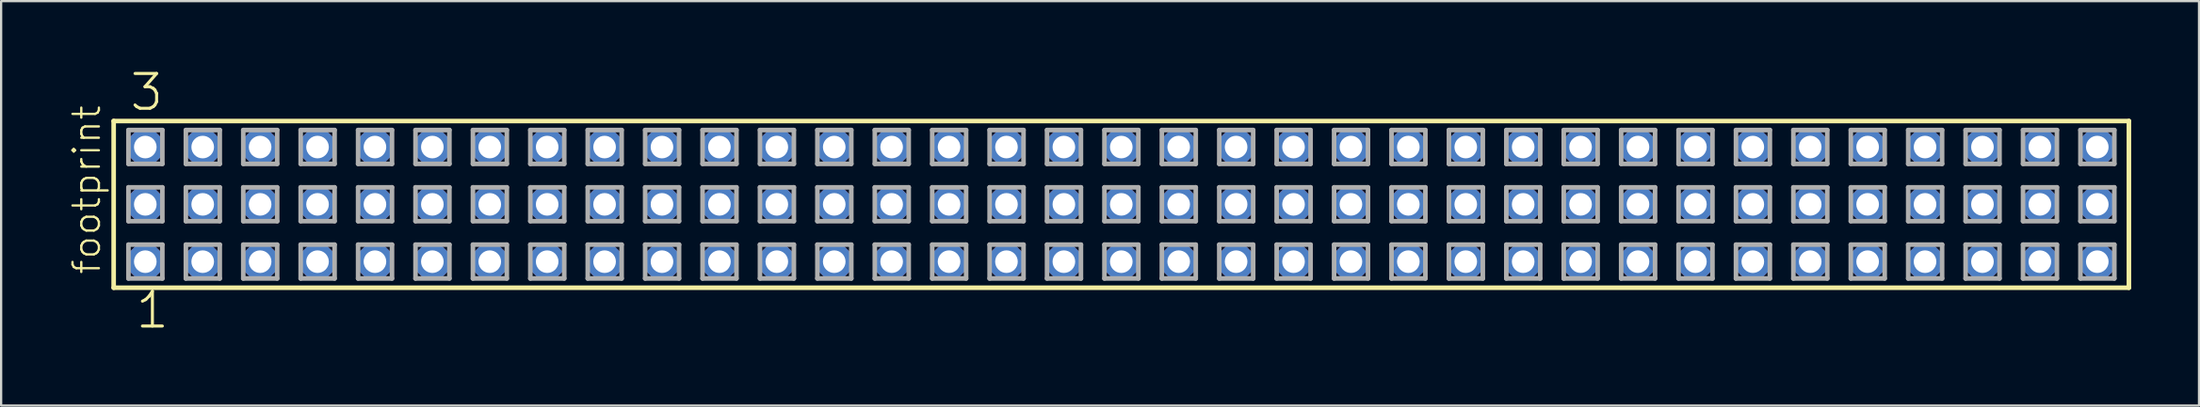
<source format=kicad_pcb>
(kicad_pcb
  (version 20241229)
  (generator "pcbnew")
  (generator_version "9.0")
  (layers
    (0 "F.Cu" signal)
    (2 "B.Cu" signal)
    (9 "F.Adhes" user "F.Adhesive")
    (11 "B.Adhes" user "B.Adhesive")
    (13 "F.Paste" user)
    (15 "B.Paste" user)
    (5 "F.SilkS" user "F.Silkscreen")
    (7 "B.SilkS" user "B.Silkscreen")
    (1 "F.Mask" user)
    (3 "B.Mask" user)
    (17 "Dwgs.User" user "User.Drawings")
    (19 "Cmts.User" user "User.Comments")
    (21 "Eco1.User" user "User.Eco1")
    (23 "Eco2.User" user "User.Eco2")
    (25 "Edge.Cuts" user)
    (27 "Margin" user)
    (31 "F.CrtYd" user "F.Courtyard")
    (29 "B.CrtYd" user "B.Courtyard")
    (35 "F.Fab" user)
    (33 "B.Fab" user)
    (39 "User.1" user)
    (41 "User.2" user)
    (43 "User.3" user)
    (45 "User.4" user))
  (footprint "footprint"
    (layer "F.Cu")
    (at 46.558 6.009)
    (property "Reference" "footprint" (at -45.085 3.175 90) (layer "F.SilkS") (effects (font (size 1.168 1.168) (thickness 0.102)) (justify left bottom)))
    (fp_line (start -44.579 -3.695) (end 44.579 -3.695) (stroke (width 0.203) (type solid)) (layer "F.SilkS"))
    (fp_line (start -44.579 3.695) (end -44.579 -3.695) (stroke (width 0.203) (type solid)) (layer "F.SilkS"))
    (fp_line (start 44.579 -3.695) (end 44.579 3.695) (stroke (width 0.203) (type solid)) (layer "F.SilkS"))
    (fp_line (start 44.579 3.695) (end -44.579 3.695) (stroke (width 0.203) (type solid)) (layer "F.SilkS"))
    (fp_line (start -43.925 -3.295) (end -42.425 -3.295) (stroke (width 0.203) (type solid)) (layer "F.Fab"))
    (fp_line (start -43.925 -1.795) (end -43.925 -3.295) (stroke (width 0.203) (type solid)) (layer "F.Fab"))
    (fp_line (start -43.925 -0.755) (end -42.425 -0.755) (stroke (width 0.203) (type solid)) (layer "F.Fab"))
    (fp_line (start -43.925 0.745) (end -43.925 -0.755) (stroke (width 0.203) (type solid)) (layer "F.Fab"))
    (fp_line (start -43.925 1.785) (end -42.425 1.785) (stroke (width 0.203) (type solid)) (layer "F.Fab"))
    (fp_line (start -43.925 3.285) (end -43.925 1.785) (stroke (width 0.203) (type solid)) (layer "F.Fab"))
    (fp_line (start -42.425 -3.295) (end -42.425 -1.795) (stroke (width 0.203) (type solid)) (layer "F.Fab"))
    (fp_line (start -42.425 -1.795) (end -43.925 -1.795) (stroke (width 0.203) (type solid)) (layer "F.Fab"))
    (fp_line (start -42.425 -0.755) (end -42.425 0.745) (stroke (width 0.203) (type solid)) (layer "F.Fab"))
    (fp_line (start -42.425 0.745) (end -43.925 0.745) (stroke (width 0.203) (type solid)) (layer "F.Fab"))
    (fp_line (start -42.425 1.785) (end -42.425 3.285) (stroke (width 0.203) (type solid)) (layer "F.Fab"))
    (fp_line (start -42.425 3.285) (end -43.925 3.285) (stroke (width 0.203) (type solid)) (layer "F.Fab"))
    (fp_line (start -41.385 -3.295) (end -39.885 -3.295) (stroke (width 0.203) (type solid)) (layer "F.Fab"))
    (fp_line (start -41.385 -1.795) (end -41.385 -3.295) (stroke (width 0.203) (type solid)) (layer "F.Fab"))
    (fp_line (start -41.385 -0.755) (end -39.885 -0.755) (stroke (width 0.203) (type solid)) (layer "F.Fab"))
    (fp_line (start -41.385 0.745) (end -41.385 -0.755) (stroke (width 0.203) (type solid)) (layer "F.Fab"))
    (fp_line (start -41.385 1.785) (end -39.885 1.785) (stroke (width 0.203) (type solid)) (layer "F.Fab"))
    (fp_line (start -41.385 3.285) (end -41.385 1.785) (stroke (width 0.203) (type solid)) (layer "F.Fab"))
    (fp_line (start -39.885 -3.295) (end -39.885 -1.795) (stroke (width 0.203) (type solid)) (layer "F.Fab"))
    (fp_line (start -39.885 -1.795) (end -41.385 -1.795) (stroke (width 0.203) (type solid)) (layer "F.Fab"))
    (fp_line (start -39.885 -0.755) (end -39.885 0.745) (stroke (width 0.203) (type solid)) (layer "F.Fab"))
    (fp_line (start -39.885 0.745) (end -41.385 0.745) (stroke (width 0.203) (type solid)) (layer "F.Fab"))
    (fp_line (start -39.885 1.785) (end -39.885 3.285) (stroke (width 0.203) (type solid)) (layer "F.Fab"))
    (fp_line (start -39.885 3.285) (end -41.385 3.285) (stroke (width 0.203) (type solid)) (layer "F.Fab"))
    (fp_line (start -38.845 -3.295) (end -37.345 -3.295) (stroke (width 0.203) (type solid)) (layer "F.Fab"))
    (fp_line (start -38.845 -1.795) (end -38.845 -3.295) (stroke (width 0.203) (type solid)) (layer "F.Fab"))
    (fp_line (start -38.845 -0.755) (end -37.345 -0.755) (stroke (width 0.203) (type solid)) (layer "F.Fab"))
    (fp_line (start -38.845 0.745) (end -38.845 -0.755) (stroke (width 0.203) (type solid)) (layer "F.Fab"))
    (fp_line (start -38.845 1.785) (end -37.345 1.785) (stroke (width 0.203) (type solid)) (layer "F.Fab"))
    (fp_line (start -38.845 3.285) (end -38.845 1.785) (stroke (width 0.203) (type solid)) (layer "F.Fab"))
    (fp_line (start -37.345 -3.295) (end -37.345 -1.795) (stroke (width 0.203) (type solid)) (layer "F.Fab"))
    (fp_line (start -37.345 -1.795) (end -38.845 -1.795) (stroke (width 0.203) (type solid)) (layer "F.Fab"))
    (fp_line (start -37.345 -0.755) (end -37.345 0.745) (stroke (width 0.203) (type solid)) (layer "F.Fab"))
    (fp_line (start -37.345 0.745) (end -38.845 0.745) (stroke (width 0.203) (type solid)) (layer "F.Fab"))
    (fp_line (start -37.345 1.785) (end -37.345 3.285) (stroke (width 0.203) (type solid)) (layer "F.Fab"))
    (fp_line (start -37.345 3.285) (end -38.845 3.285) (stroke (width 0.203) (type solid)) (layer "F.Fab"))
    (fp_line (start -36.305 -3.295) (end -34.805 -3.295) (stroke (width 0.203) (type solid)) (layer "F.Fab"))
    (fp_line (start -36.305 -1.795) (end -36.305 -3.295) (stroke (width 0.203) (type solid)) (layer "F.Fab"))
    (fp_line (start -36.305 -0.755) (end -34.805 -0.755) (stroke (width 0.203) (type solid)) (layer "F.Fab"))
    (fp_line (start -36.305 0.745) (end -36.305 -0.755) (stroke (width 0.203) (type solid)) (layer "F.Fab"))
    (fp_line (start -36.305 1.785) (end -34.805 1.785) (stroke (width 0.203) (type solid)) (layer "F.Fab"))
    (fp_line (start -36.305 3.285) (end -36.305 1.785) (stroke (width 0.203) (type solid)) (layer "F.Fab"))
    (fp_line (start -34.805 -3.295) (end -34.805 -1.795) (stroke (width 0.203) (type solid)) (layer "F.Fab"))
    (fp_line (start -34.805 -1.795) (end -36.305 -1.795) (stroke (width 0.203) (type solid)) (layer "F.Fab"))
    (fp_line (start -34.805 -0.755) (end -34.805 0.745) (stroke (width 0.203) (type solid)) (layer "F.Fab"))
    (fp_line (start -34.805 0.745) (end -36.305 0.745) (stroke (width 0.203) (type solid)) (layer "F.Fab"))
    (fp_line (start -34.805 1.785) (end -34.805 3.285) (stroke (width 0.203) (type solid)) (layer "F.Fab"))
    (fp_line (start -34.805 3.285) (end -36.305 3.285) (stroke (width 0.203) (type solid)) (layer "F.Fab"))
    (fp_line (start -33.765 -3.295) (end -32.265 -3.295) (stroke (width 0.203) (type solid)) (layer "F.Fab"))
    (fp_line (start -33.765 -1.795) (end -33.765 -3.295) (stroke (width 0.203) (type solid)) (layer "F.Fab"))
    (fp_line (start -33.765 -0.755) (end -32.265 -0.755) (stroke (width 0.203) (type solid)) (layer "F.Fab"))
    (fp_line (start -33.765 0.745) (end -33.765 -0.755) (stroke (width 0.203) (type solid)) (layer "F.Fab"))
    (fp_line (start -33.765 1.785) (end -32.265 1.785) (stroke (width 0.203) (type solid)) (layer "F.Fab"))
    (fp_line (start -33.765 3.285) (end -33.765 1.785) (stroke (width 0.203) (type solid)) (layer "F.Fab"))
    (fp_line (start -32.265 -3.295) (end -32.265 -1.795) (stroke (width 0.203) (type solid)) (layer "F.Fab"))
    (fp_line (start -32.265 -1.795) (end -33.765 -1.795) (stroke (width 0.203) (type solid)) (layer "F.Fab"))
    (fp_line (start -32.265 -0.755) (end -32.265 0.745) (stroke (width 0.203) (type solid)) (layer "F.Fab"))
    (fp_line (start -32.265 0.745) (end -33.765 0.745) (stroke (width 0.203) (type solid)) (layer "F.Fab"))
    (fp_line (start -32.265 1.785) (end -32.265 3.285) (stroke (width 0.203) (type solid)) (layer "F.Fab"))
    (fp_line (start -32.265 3.285) (end -33.765 3.285) (stroke (width 0.203) (type solid)) (layer "F.Fab"))
    (fp_line (start -31.225 -3.295) (end -29.725 -3.295) (stroke (width 0.203) (type solid)) (layer "F.Fab"))
    (fp_line (start -31.225 -1.795) (end -31.225 -3.295) (stroke (width 0.203) (type solid)) (layer "F.Fab"))
    (fp_line (start -31.225 -0.755) (end -29.725 -0.755) (stroke (width 0.203) (type solid)) (layer "F.Fab"))
    (fp_line (start -31.225 0.745) (end -31.225 -0.755) (stroke (width 0.203) (type solid)) (layer "F.Fab"))
    (fp_line (start -31.225 1.785) (end -29.725 1.785) (stroke (width 0.203) (type solid)) (layer "F.Fab"))
    (fp_line (start -31.225 3.285) (end -31.225 1.785) (stroke (width 0.203) (type solid)) (layer "F.Fab"))
    (fp_line (start -29.725 -3.295) (end -29.725 -1.795) (stroke (width 0.203) (type solid)) (layer "F.Fab"))
    (fp_line (start -29.725 -1.795) (end -31.225 -1.795) (stroke (width 0.203) (type solid)) (layer "F.Fab"))
    (fp_line (start -29.725 -0.755) (end -29.725 0.745) (stroke (width 0.203) (type solid)) (layer "F.Fab"))
    (fp_line (start -29.725 0.745) (end -31.225 0.745) (stroke (width 0.203) (type solid)) (layer "F.Fab"))
    (fp_line (start -29.725 1.785) (end -29.725 3.285) (stroke (width 0.203) (type solid)) (layer "F.Fab"))
    (fp_line (start -29.725 3.285) (end -31.225 3.285) (stroke (width 0.203) (type solid)) (layer "F.Fab"))
    (fp_line (start -28.685 -3.295) (end -27.185 -3.295) (stroke (width 0.203) (type solid)) (layer "F.Fab"))
    (fp_line (start -28.685 -1.795) (end -28.685 -3.295) (stroke (width 0.203) (type solid)) (layer "F.Fab"))
    (fp_line (start -28.685 -0.755) (end -27.185 -0.755) (stroke (width 0.203) (type solid)) (layer "F.Fab"))
    (fp_line (start -28.685 0.745) (end -28.685 -0.755) (stroke (width 0.203) (type solid)) (layer "F.Fab"))
    (fp_line (start -28.685 1.785) (end -27.185 1.785) (stroke (width 0.203) (type solid)) (layer "F.Fab"))
    (fp_line (start -28.685 3.285) (end -28.685 1.785) (stroke (width 0.203) (type solid)) (layer "F.Fab"))
    (fp_line (start -27.185 -3.295) (end -27.185 -1.795) (stroke (width 0.203) (type solid)) (layer "F.Fab"))
    (fp_line (start -27.185 -1.795) (end -28.685 -1.795) (stroke (width 0.203) (type solid)) (layer "F.Fab"))
    (fp_line (start -27.185 -0.755) (end -27.185 0.745) (stroke (width 0.203) (type solid)) (layer "F.Fab"))
    (fp_line (start -27.185 0.745) (end -28.685 0.745) (stroke (width 0.203) (type solid)) (layer "F.Fab"))
    (fp_line (start -27.185 1.785) (end -27.185 3.285) (stroke (width 0.203) (type solid)) (layer "F.Fab"))
    (fp_line (start -27.185 3.285) (end -28.685 3.285) (stroke (width 0.203) (type solid)) (layer "F.Fab"))
    (fp_line (start -26.145 -3.295) (end -24.645 -3.295) (stroke (width 0.203) (type solid)) (layer "F.Fab"))
    (fp_line (start -26.145 -1.795) (end -26.145 -3.295) (stroke (width 0.203) (type solid)) (layer "F.Fab"))
    (fp_line (start -26.145 -0.755) (end -24.645 -0.755) (stroke (width 0.203) (type solid)) (layer "F.Fab"))
    (fp_line (start -26.145 0.745) (end -26.145 -0.755) (stroke (width 0.203) (type solid)) (layer "F.Fab"))
    (fp_line (start -26.145 1.785) (end -24.645 1.785) (stroke (width 0.203) (type solid)) (layer "F.Fab"))
    (fp_line (start -26.145 3.285) (end -26.145 1.785) (stroke (width 0.203) (type solid)) (layer "F.Fab"))
    (fp_line (start -24.645 -3.295) (end -24.645 -1.795) (stroke (width 0.203) (type solid)) (layer "F.Fab"))
    (fp_line (start -24.645 -1.795) (end -26.145 -1.795) (stroke (width 0.203) (type solid)) (layer "F.Fab"))
    (fp_line (start -24.645 -0.755) (end -24.645 0.745) (stroke (width 0.203) (type solid)) (layer "F.Fab"))
    (fp_line (start -24.645 0.745) (end -26.145 0.745) (stroke (width 0.203) (type solid)) (layer "F.Fab"))
    (fp_line (start -24.645 1.785) (end -24.645 3.285) (stroke (width 0.203) (type solid)) (layer "F.Fab"))
    (fp_line (start -24.645 3.285) (end -26.145 3.285) (stroke (width 0.203) (type solid)) (layer "F.Fab"))
    (fp_line (start -23.605 -3.295) (end -22.105 -3.295) (stroke (width 0.203) (type solid)) (layer "F.Fab"))
    (fp_line (start -23.605 -1.795) (end -23.605 -3.295) (stroke (width 0.203) (type solid)) (layer "F.Fab"))
    (fp_line (start -23.605 -0.755) (end -22.105 -0.755) (stroke (width 0.203) (type solid)) (layer "F.Fab"))
    (fp_line (start -23.605 0.745) (end -23.605 -0.755) (stroke (width 0.203) (type solid)) (layer "F.Fab"))
    (fp_line (start -23.605 1.785) (end -22.105 1.785) (stroke (width 0.203) (type solid)) (layer "F.Fab"))
    (fp_line (start -23.605 3.285) (end -23.605 1.785) (stroke (width 0.203) (type solid)) (layer "F.Fab"))
    (fp_line (start -22.105 -3.295) (end -22.105 -1.795) (stroke (width 0.203) (type solid)) (layer "F.Fab"))
    (fp_line (start -22.105 -1.795) (end -23.605 -1.795) (stroke (width 0.203) (type solid)) (layer "F.Fab"))
    (fp_line (start -22.105 -0.755) (end -22.105 0.745) (stroke (width 0.203) (type solid)) (layer "F.Fab"))
    (fp_line (start -22.105 0.745) (end -23.605 0.745) (stroke (width 0.203) (type solid)) (layer "F.Fab"))
    (fp_line (start -22.105 1.785) (end -22.105 3.285) (stroke (width 0.203) (type solid)) (layer "F.Fab"))
    (fp_line (start -22.105 3.285) (end -23.605 3.285) (stroke (width 0.203) (type solid)) (layer "F.Fab"))
    (fp_line (start -21.065 -3.295) (end -19.565 -3.295) (stroke (width 0.203) (type solid)) (layer "F.Fab"))
    (fp_line (start -21.065 -1.795) (end -21.065 -3.295) (stroke (width 0.203) (type solid)) (layer "F.Fab"))
    (fp_line (start -21.065 -0.755) (end -19.565 -0.755) (stroke (width 0.203) (type solid)) (layer "F.Fab"))
    (fp_line (start -21.065 0.745) (end -21.065 -0.755) (stroke (width 0.203) (type solid)) (layer "F.Fab"))
    (fp_line (start -21.065 1.785) (end -19.565 1.785) (stroke (width 0.203) (type solid)) (layer "F.Fab"))
    (fp_line (start -21.065 3.285) (end -21.065 1.785) (stroke (width 0.203) (type solid)) (layer "F.Fab"))
    (fp_line (start -19.565 -3.295) (end -19.565 -1.795) (stroke (width 0.203) (type solid)) (layer "F.Fab"))
    (fp_line (start -19.565 -1.795) (end -21.065 -1.795) (stroke (width 0.203) (type solid)) (layer "F.Fab"))
    (fp_line (start -19.565 -0.755) (end -19.565 0.745) (stroke (width 0.203) (type solid)) (layer "F.Fab"))
    (fp_line (start -19.565 0.745) (end -21.065 0.745) (stroke (width 0.203) (type solid)) (layer "F.Fab"))
    (fp_line (start -19.565 1.785) (end -19.565 3.285) (stroke (width 0.203) (type solid)) (layer "F.Fab"))
    (fp_line (start -19.565 3.285) (end -21.065 3.285) (stroke (width 0.203) (type solid)) (layer "F.Fab"))
    (fp_line (start -18.525 -3.295) (end -17.025 -3.295) (stroke (width 0.203) (type solid)) (layer "F.Fab"))
    (fp_line (start -18.525 -1.795) (end -18.525 -3.295) (stroke (width 0.203) (type solid)) (layer "F.Fab"))
    (fp_line (start -18.525 -0.755) (end -17.025 -0.755) (stroke (width 0.203) (type solid)) (layer "F.Fab"))
    (fp_line (start -18.525 0.745) (end -18.525 -0.755) (stroke (width 0.203) (type solid)) (layer "F.Fab"))
    (fp_line (start -18.525 1.785) (end -17.025 1.785) (stroke (width 0.203) (type solid)) (layer "F.Fab"))
    (fp_line (start -18.525 3.285) (end -18.525 1.785) (stroke (width 0.203) (type solid)) (layer "F.Fab"))
    (fp_line (start -17.025 -3.295) (end -17.025 -1.795) (stroke (width 0.203) (type solid)) (layer "F.Fab"))
    (fp_line (start -17.025 -1.795) (end -18.525 -1.795) (stroke (width 0.203) (type solid)) (layer "F.Fab"))
    (fp_line (start -17.025 -0.755) (end -17.025 0.745) (stroke (width 0.203) (type solid)) (layer "F.Fab"))
    (fp_line (start -17.025 0.745) (end -18.525 0.745) (stroke (width 0.203) (type solid)) (layer "F.Fab"))
    (fp_line (start -17.025 1.785) (end -17.025 3.285) (stroke (width 0.203) (type solid)) (layer "F.Fab"))
    (fp_line (start -17.025 3.285) (end -18.525 3.285) (stroke (width 0.203) (type solid)) (layer "F.Fab"))
    (fp_line (start -15.985 -3.295) (end -14.485 -3.295) (stroke (width 0.203) (type solid)) (layer "F.Fab"))
    (fp_line (start -15.985 -1.795) (end -15.985 -3.295) (stroke (width 0.203) (type solid)) (layer "F.Fab"))
    (fp_line (start -15.985 -0.755) (end -14.485 -0.755) (stroke (width 0.203) (type solid)) (layer "F.Fab"))
    (fp_line (start -15.985 0.745) (end -15.985 -0.755) (stroke (width 0.203) (type solid)) (layer "F.Fab"))
    (fp_line (start -15.985 1.785) (end -14.485 1.785) (stroke (width 0.203) (type solid)) (layer "F.Fab"))
    (fp_line (start -15.985 3.285) (end -15.985 1.785) (stroke (width 0.203) (type solid)) (layer "F.Fab"))
    (fp_line (start -14.485 -3.295) (end -14.485 -1.795) (stroke (width 0.203) (type solid)) (layer "F.Fab"))
    (fp_line (start -14.485 -1.795) (end -15.985 -1.795) (stroke (width 0.203) (type solid)) (layer "F.Fab"))
    (fp_line (start -14.485 -0.755) (end -14.485 0.745) (stroke (width 0.203) (type solid)) (layer "F.Fab"))
    (fp_line (start -14.485 0.745) (end -15.985 0.745) (stroke (width 0.203) (type solid)) (layer "F.Fab"))
    (fp_line (start -14.485 1.785) (end -14.485 3.285) (stroke (width 0.203) (type solid)) (layer "F.Fab"))
    (fp_line (start -14.485 3.285) (end -15.985 3.285) (stroke (width 0.203) (type solid)) (layer "F.Fab"))
    (fp_line (start -13.445 -3.295) (end -11.945 -3.295) (stroke (width 0.203) (type solid)) (layer "F.Fab"))
    (fp_line (start -13.445 -1.795) (end -13.445 -3.295) (stroke (width 0.203) (type solid)) (layer "F.Fab"))
    (fp_line (start -13.445 -0.755) (end -11.945 -0.755) (stroke (width 0.203) (type solid)) (layer "F.Fab"))
    (fp_line (start -13.445 0.745) (end -13.445 -0.755) (stroke (width 0.203) (type solid)) (layer "F.Fab"))
    (fp_line (start -13.445 1.785) (end -11.945 1.785) (stroke (width 0.203) (type solid)) (layer "F.Fab"))
    (fp_line (start -13.445 3.285) (end -13.445 1.785) (stroke (width 0.203) (type solid)) (layer "F.Fab"))
    (fp_line (start -11.945 -3.295) (end -11.945 -1.795) (stroke (width 0.203) (type solid)) (layer "F.Fab"))
    (fp_line (start -11.945 -1.795) (end -13.445 -1.795) (stroke (width 0.203) (type solid)) (layer "F.Fab"))
    (fp_line (start -11.945 -0.755) (end -11.945 0.745) (stroke (width 0.203) (type solid)) (layer "F.Fab"))
    (fp_line (start -11.945 0.745) (end -13.445 0.745) (stroke (width 0.203) (type solid)) (layer "F.Fab"))
    (fp_line (start -11.945 1.785) (end -11.945 3.285) (stroke (width 0.203) (type solid)) (layer "F.Fab"))
    (fp_line (start -11.945 3.285) (end -13.445 3.285) (stroke (width 0.203) (type solid)) (layer "F.Fab"))
    (fp_line (start -10.905 -3.295) (end -9.405 -3.295) (stroke (width 0.203) (type solid)) (layer "F.Fab"))
    (fp_line (start -10.905 -1.795) (end -10.905 -3.295) (stroke (width 0.203) (type solid)) (layer "F.Fab"))
    (fp_line (start -10.905 -0.755) (end -9.405 -0.755) (stroke (width 0.203) (type solid)) (layer "F.Fab"))
    (fp_line (start -10.905 0.745) (end -10.905 -0.755) (stroke (width 0.203) (type solid)) (layer "F.Fab"))
    (fp_line (start -10.905 1.785) (end -9.405 1.785) (stroke (width 0.203) (type solid)) (layer "F.Fab"))
    (fp_line (start -10.905 3.285) (end -10.905 1.785) (stroke (width 0.203) (type solid)) (layer "F.Fab"))
    (fp_line (start -9.405 -3.295) (end -9.405 -1.795) (stroke (width 0.203) (type solid)) (layer "F.Fab"))
    (fp_line (start -9.405 -1.795) (end -10.905 -1.795) (stroke (width 0.203) (type solid)) (layer "F.Fab"))
    (fp_line (start -9.405 -0.755) (end -9.405 0.745) (stroke (width 0.203) (type solid)) (layer "F.Fab"))
    (fp_line (start -9.405 0.745) (end -10.905 0.745) (stroke (width 0.203) (type solid)) (layer "F.Fab"))
    (fp_line (start -9.405 1.785) (end -9.405 3.285) (stroke (width 0.203) (type solid)) (layer "F.Fab"))
    (fp_line (start -9.405 3.285) (end -10.905 3.285) (stroke (width 0.203) (type solid)) (layer "F.Fab"))
    (fp_line (start -8.365 -3.295) (end -6.865 -3.295) (stroke (width 0.203) (type solid)) (layer "F.Fab"))
    (fp_line (start -8.365 -1.795) (end -8.365 -3.295) (stroke (width 0.203) (type solid)) (layer "F.Fab"))
    (fp_line (start -8.365 -0.755) (end -6.865 -0.755) (stroke (width 0.203) (type solid)) (layer "F.Fab"))
    (fp_line (start -8.365 0.745) (end -8.365 -0.755) (stroke (width 0.203) (type solid)) (layer "F.Fab"))
    (fp_line (start -8.365 1.785) (end -6.865 1.785) (stroke (width 0.203) (type solid)) (layer "F.Fab"))
    (fp_line (start -8.365 3.285) (end -8.365 1.785) (stroke (width 0.203) (type solid)) (layer "F.Fab"))
    (fp_line (start -6.865 -3.295) (end -6.865 -1.795) (stroke (width 0.203) (type solid)) (layer "F.Fab"))
    (fp_line (start -6.865 -1.795) (end -8.365 -1.795) (stroke (width 0.203) (type solid)) (layer "F.Fab"))
    (fp_line (start -6.865 -0.755) (end -6.865 0.745) (stroke (width 0.203) (type solid)) (layer "F.Fab"))
    (fp_line (start -6.865 0.745) (end -8.365 0.745) (stroke (width 0.203) (type solid)) (layer "F.Fab"))
    (fp_line (start -6.865 1.785) (end -6.865 3.285) (stroke (width 0.203) (type solid)) (layer "F.Fab"))
    (fp_line (start -6.865 3.285) (end -8.365 3.285) (stroke (width 0.203) (type solid)) (layer "F.Fab"))
    (fp_line (start -5.825 -3.295) (end -4.325 -3.295) (stroke (width 0.203) (type solid)) (layer "F.Fab"))
    (fp_line (start -5.825 -1.795) (end -5.825 -3.295) (stroke (width 0.203) (type solid)) (layer "F.Fab"))
    (fp_line (start -5.825 -0.755) (end -4.325 -0.755) (stroke (width 0.203) (type solid)) (layer "F.Fab"))
    (fp_line (start -5.825 0.745) (end -5.825 -0.755) (stroke (width 0.203) (type solid)) (layer "F.Fab"))
    (fp_line (start -5.825 1.785) (end -4.325 1.785) (stroke (width 0.203) (type solid)) (layer "F.Fab"))
    (fp_line (start -5.825 3.285) (end -5.825 1.785) (stroke (width 0.203) (type solid)) (layer "F.Fab"))
    (fp_line (start -4.325 -3.295) (end -4.325 -1.795) (stroke (width 0.203) (type solid)) (layer "F.Fab"))
    (fp_line (start -4.325 -1.795) (end -5.825 -1.795) (stroke (width 0.203) (type solid)) (layer "F.Fab"))
    (fp_line (start -4.325 -0.755) (end -4.325 0.745) (stroke (width 0.203) (type solid)) (layer "F.Fab"))
    (fp_line (start -4.325 0.745) (end -5.825 0.745) (stroke (width 0.203) (type solid)) (layer "F.Fab"))
    (fp_line (start -4.325 1.785) (end -4.325 3.285) (stroke (width 0.203) (type solid)) (layer "F.Fab"))
    (fp_line (start -4.325 3.285) (end -5.825 3.285) (stroke (width 0.203) (type solid)) (layer "F.Fab"))
    (fp_line (start -3.285 -3.295) (end -1.785 -3.295) (stroke (width 0.203) (type solid)) (layer "F.Fab"))
    (fp_line (start -3.285 -1.795) (end -3.285 -3.295) (stroke (width 0.203) (type solid)) (layer "F.Fab"))
    (fp_line (start -3.285 -0.755) (end -1.785 -0.755) (stroke (width 0.203) (type solid)) (layer "F.Fab"))
    (fp_line (start -3.285 0.745) (end -3.285 -0.755) (stroke (width 0.203) (type solid)) (layer "F.Fab"))
    (fp_line (start -3.285 1.785) (end -1.785 1.785) (stroke (width 0.203) (type solid)) (layer "F.Fab"))
    (fp_line (start -3.285 3.285) (end -3.285 1.785) (stroke (width 0.203) (type solid)) (layer "F.Fab"))
    (fp_line (start -1.785 -3.295) (end -1.785 -1.795) (stroke (width 0.203) (type solid)) (layer "F.Fab"))
    (fp_line (start -1.785 -1.795) (end -3.285 -1.795) (stroke (width 0.203) (type solid)) (layer "F.Fab"))
    (fp_line (start -1.785 -0.755) (end -1.785 0.745) (stroke (width 0.203) (type solid)) (layer "F.Fab"))
    (fp_line (start -1.785 0.745) (end -3.285 0.745) (stroke (width 0.203) (type solid)) (layer "F.Fab"))
    (fp_line (start -1.785 1.785) (end -1.785 3.285) (stroke (width 0.203) (type solid)) (layer "F.Fab"))
    (fp_line (start -1.785 3.285) (end -3.285 3.285) (stroke (width 0.203) (type solid)) (layer "F.Fab"))
    (fp_line (start -0.745 -3.295) (end 0.755 -3.295) (stroke (width 0.203) (type solid)) (layer "F.Fab"))
    (fp_line (start -0.745 -1.795) (end -0.745 -3.295) (stroke (width 0.203) (type solid)) (layer "F.Fab"))
    (fp_line (start -0.745 -0.755) (end 0.755 -0.755) (stroke (width 0.203) (type solid)) (layer "F.Fab"))
    (fp_line (start -0.745 0.745) (end -0.745 -0.755) (stroke (width 0.203) (type solid)) (layer "F.Fab"))
    (fp_line (start -0.745 1.785) (end 0.755 1.785) (stroke (width 0.203) (type solid)) (layer "F.Fab"))
    (fp_line (start -0.745 3.285) (end -0.745 1.785) (stroke (width 0.203) (type solid)) (layer "F.Fab"))
    (fp_line (start 0.755 -3.295) (end 0.755 -1.795) (stroke (width 0.203) (type solid)) (layer "F.Fab"))
    (fp_line (start 0.755 -1.795) (end -0.745 -1.795) (stroke (width 0.203) (type solid)) (layer "F.Fab"))
    (fp_line (start 0.755 -0.755) (end 0.755 0.745) (stroke (width 0.203) (type solid)) (layer "F.Fab"))
    (fp_line (start 0.755 0.745) (end -0.745 0.745) (stroke (width 0.203) (type solid)) (layer "F.Fab"))
    (fp_line (start 0.755 1.785) (end 0.755 3.285) (stroke (width 0.203) (type solid)) (layer "F.Fab"))
    (fp_line (start 0.755 3.285) (end -0.745 3.285) (stroke (width 0.203) (type solid)) (layer "F.Fab"))
    (fp_line (start 1.795 -3.295) (end 3.295 -3.295) (stroke (width 0.203) (type solid)) (layer "F.Fab"))
    (fp_line (start 1.795 -1.795) (end 1.795 -3.295) (stroke (width 0.203) (type solid)) (layer "F.Fab"))
    (fp_line (start 1.795 -0.755) (end 3.295 -0.755) (stroke (width 0.203) (type solid)) (layer "F.Fab"))
    (fp_line (start 1.795 0.745) (end 1.795 -0.755) (stroke (width 0.203) (type solid)) (layer "F.Fab"))
    (fp_line (start 1.795 1.785) (end 3.295 1.785) (stroke (width 0.203) (type solid)) (layer "F.Fab"))
    (fp_line (start 1.795 3.285) (end 1.795 1.785) (stroke (width 0.203) (type solid)) (layer "F.Fab"))
    (fp_line (start 3.295 -3.295) (end 3.295 -1.795) (stroke (width 0.203) (type solid)) (layer "F.Fab"))
    (fp_line (start 3.295 -1.795) (end 1.795 -1.795) (stroke (width 0.203) (type solid)) (layer "F.Fab"))
    (fp_line (start 3.295 -0.755) (end 3.295 0.745) (stroke (width 0.203) (type solid)) (layer "F.Fab"))
    (fp_line (start 3.295 0.745) (end 1.795 0.745) (stroke (width 0.203) (type solid)) (layer "F.Fab"))
    (fp_line (start 3.295 1.785) (end 3.295 3.285) (stroke (width 0.203) (type solid)) (layer "F.Fab"))
    (fp_line (start 3.295 3.285) (end 1.795 3.285) (stroke (width 0.203) (type solid)) (layer "F.Fab"))
    (fp_line (start 4.335 -3.295) (end 5.835 -3.295) (stroke (width 0.203) (type solid)) (layer "F.Fab"))
    (fp_line (start 4.335 -1.795) (end 4.335 -3.295) (stroke (width 0.203) (type solid)) (layer "F.Fab"))
    (fp_line (start 4.335 -0.755) (end 5.835 -0.755) (stroke (width 0.203) (type solid)) (layer "F.Fab"))
    (fp_line (start 4.335 0.745) (end 4.335 -0.755) (stroke (width 0.203) (type solid)) (layer "F.Fab"))
    (fp_line (start 4.335 1.785) (end 5.835 1.785) (stroke (width 0.203) (type solid)) (layer "F.Fab"))
    (fp_line (start 4.335 3.285) (end 4.335 1.785) (stroke (width 0.203) (type solid)) (layer "F.Fab"))
    (fp_line (start 5.835 -3.295) (end 5.835 -1.795) (stroke (width 0.203) (type solid)) (layer "F.Fab"))
    (fp_line (start 5.835 -1.795) (end 4.335 -1.795) (stroke (width 0.203) (type solid)) (layer "F.Fab"))
    (fp_line (start 5.835 -0.755) (end 5.835 0.745) (stroke (width 0.203) (type solid)) (layer "F.Fab"))
    (fp_line (start 5.835 0.745) (end 4.335 0.745) (stroke (width 0.203) (type solid)) (layer "F.Fab"))
    (fp_line (start 5.835 1.785) (end 5.835 3.285) (stroke (width 0.203) (type solid)) (layer "F.Fab"))
    (fp_line (start 5.835 3.285) (end 4.335 3.285) (stroke (width 0.203) (type solid)) (layer "F.Fab"))
    (fp_line (start 6.875 -3.295) (end 8.375 -3.295) (stroke (width 0.203) (type solid)) (layer "F.Fab"))
    (fp_line (start 6.875 -1.795) (end 6.875 -3.295) (stroke (width 0.203) (type solid)) (layer "F.Fab"))
    (fp_line (start 6.875 -0.755) (end 8.375 -0.755) (stroke (width 0.203) (type solid)) (layer "F.Fab"))
    (fp_line (start 6.875 0.745) (end 6.875 -0.755) (stroke (width 0.203) (type solid)) (layer "F.Fab"))
    (fp_line (start 6.875 1.785) (end 8.375 1.785) (stroke (width 0.203) (type solid)) (layer "F.Fab"))
    (fp_line (start 6.875 3.285) (end 6.875 1.785) (stroke (width 0.203) (type solid)) (layer "F.Fab"))
    (fp_line (start 8.375 -3.295) (end 8.375 -1.795) (stroke (width 0.203) (type solid)) (layer "F.Fab"))
    (fp_line (start 8.375 -1.795) (end 6.875 -1.795) (stroke (width 0.203) (type solid)) (layer "F.Fab"))
    (fp_line (start 8.375 -0.755) (end 8.375 0.745) (stroke (width 0.203) (type solid)) (layer "F.Fab"))
    (fp_line (start 8.375 0.745) (end 6.875 0.745) (stroke (width 0.203) (type solid)) (layer "F.Fab"))
    (fp_line (start 8.375 1.785) (end 8.375 3.285) (stroke (width 0.203) (type solid)) (layer "F.Fab"))
    (fp_line (start 8.375 3.285) (end 6.875 3.285) (stroke (width 0.203) (type solid)) (layer "F.Fab"))
    (fp_line (start 9.415 -3.295) (end 10.915 -3.295) (stroke (width 0.203) (type solid)) (layer "F.Fab"))
    (fp_line (start 9.415 -1.795) (end 9.415 -3.295) (stroke (width 0.203) (type solid)) (layer "F.Fab"))
    (fp_line (start 9.415 -0.755) (end 10.915 -0.755) (stroke (width 0.203) (type solid)) (layer "F.Fab"))
    (fp_line (start 9.415 0.745) (end 9.415 -0.755) (stroke (width 0.203) (type solid)) (layer "F.Fab"))
    (fp_line (start 9.415 1.785) (end 10.915 1.785) (stroke (width 0.203) (type solid)) (layer "F.Fab"))
    (fp_line (start 9.415 3.285) (end 9.415 1.785) (stroke (width 0.203) (type solid)) (layer "F.Fab"))
    (fp_line (start 10.915 -3.295) (end 10.915 -1.795) (stroke (width 0.203) (type solid)) (layer "F.Fab"))
    (fp_line (start 10.915 -1.795) (end 9.415 -1.795) (stroke (width 0.203) (type solid)) (layer "F.Fab"))
    (fp_line (start 10.915 -0.755) (end 10.915 0.745) (stroke (width 0.203) (type solid)) (layer "F.Fab"))
    (fp_line (start 10.915 0.745) (end 9.415 0.745) (stroke (width 0.203) (type solid)) (layer "F.Fab"))
    (fp_line (start 10.915 1.785) (end 10.915 3.285) (stroke (width 0.203) (type solid)) (layer "F.Fab"))
    (fp_line (start 10.915 3.285) (end 9.415 3.285) (stroke (width 0.203) (type solid)) (layer "F.Fab"))
    (fp_line (start 11.955 -3.295) (end 13.455 -3.295) (stroke (width 0.203) (type solid)) (layer "F.Fab"))
    (fp_line (start 11.955 -1.795) (end 11.955 -3.295) (stroke (width 0.203) (type solid)) (layer "F.Fab"))
    (fp_line (start 11.955 -0.755) (end 13.455 -0.755) (stroke (width 0.203) (type solid)) (layer "F.Fab"))
    (fp_line (start 11.955 0.745) (end 11.955 -0.755) (stroke (width 0.203) (type solid)) (layer "F.Fab"))
    (fp_line (start 11.955 1.785) (end 13.455 1.785) (stroke (width 0.203) (type solid)) (layer "F.Fab"))
    (fp_line (start 11.955 3.285) (end 11.955 1.785) (stroke (width 0.203) (type solid)) (layer "F.Fab"))
    (fp_line (start 13.455 -3.295) (end 13.455 -1.795) (stroke (width 0.203) (type solid)) (layer "F.Fab"))
    (fp_line (start 13.455 -1.795) (end 11.955 -1.795) (stroke (width 0.203) (type solid)) (layer "F.Fab"))
    (fp_line (start 13.455 -0.755) (end 13.455 0.745) (stroke (width 0.203) (type solid)) (layer "F.Fab"))
    (fp_line (start 13.455 0.745) (end 11.955 0.745) (stroke (width 0.203) (type solid)) (layer "F.Fab"))
    (fp_line (start 13.455 1.785) (end 13.455 3.285) (stroke (width 0.203) (type solid)) (layer "F.Fab"))
    (fp_line (start 13.455 3.285) (end 11.955 3.285) (stroke (width 0.203) (type solid)) (layer "F.Fab"))
    (fp_line (start 14.495 -3.295) (end 15.995 -3.295) (stroke (width 0.203) (type solid)) (layer "F.Fab"))
    (fp_line (start 14.495 -1.795) (end 14.495 -3.295) (stroke (width 0.203) (type solid)) (layer "F.Fab"))
    (fp_line (start 14.495 -0.755) (end 15.995 -0.755) (stroke (width 0.203) (type solid)) (layer "F.Fab"))
    (fp_line (start 14.495 0.745) (end 14.495 -0.755) (stroke (width 0.203) (type solid)) (layer "F.Fab"))
    (fp_line (start 14.495 1.785) (end 15.995 1.785) (stroke (width 0.203) (type solid)) (layer "F.Fab"))
    (fp_line (start 14.495 3.285) (end 14.495 1.785) (stroke (width 0.203) (type solid)) (layer "F.Fab"))
    (fp_line (start 15.995 -3.295) (end 15.995 -1.795) (stroke (width 0.203) (type solid)) (layer "F.Fab"))
    (fp_line (start 15.995 -1.795) (end 14.495 -1.795) (stroke (width 0.203) (type solid)) (layer "F.Fab"))
    (fp_line (start 15.995 -0.755) (end 15.995 0.745) (stroke (width 0.203) (type solid)) (layer "F.Fab"))
    (fp_line (start 15.995 0.745) (end 14.495 0.745) (stroke (width 0.203) (type solid)) (layer "F.Fab"))
    (fp_line (start 15.995 1.785) (end 15.995 3.285) (stroke (width 0.203) (type solid)) (layer "F.Fab"))
    (fp_line (start 15.995 3.285) (end 14.495 3.285) (stroke (width 0.203) (type solid)) (layer "F.Fab"))
    (fp_line (start 17.035 -3.295) (end 18.535 -3.295) (stroke (width 0.203) (type solid)) (layer "F.Fab"))
    (fp_line (start 17.035 -1.795) (end 17.035 -3.295) (stroke (width 0.203) (type solid)) (layer "F.Fab"))
    (fp_line (start 17.035 -0.755) (end 18.535 -0.755) (stroke (width 0.203) (type solid)) (layer "F.Fab"))
    (fp_line (start 17.035 0.745) (end 17.035 -0.755) (stroke (width 0.203) (type solid)) (layer "F.Fab"))
    (fp_line (start 17.035 1.785) (end 18.535 1.785) (stroke (width 0.203) (type solid)) (layer "F.Fab"))
    (fp_line (start 17.035 3.285) (end 17.035 1.785) (stroke (width 0.203) (type solid)) (layer "F.Fab"))
    (fp_line (start 18.535 -3.295) (end 18.535 -1.795) (stroke (width 0.203) (type solid)) (layer "F.Fab"))
    (fp_line (start 18.535 -1.795) (end 17.035 -1.795) (stroke (width 0.203) (type solid)) (layer "F.Fab"))
    (fp_line (start 18.535 -0.755) (end 18.535 0.745) (stroke (width 0.203) (type solid)) (layer "F.Fab"))
    (fp_line (start 18.535 0.745) (end 17.035 0.745) (stroke (width 0.203) (type solid)) (layer "F.Fab"))
    (fp_line (start 18.535 1.785) (end 18.535 3.285) (stroke (width 0.203) (type solid)) (layer "F.Fab"))
    (fp_line (start 18.535 3.285) (end 17.035 3.285) (stroke (width 0.203) (type solid)) (layer "F.Fab"))
    (fp_line (start 19.575 -3.295) (end 21.075 -3.295) (stroke (width 0.203) (type solid)) (layer "F.Fab"))
    (fp_line (start 19.575 -1.795) (end 19.575 -3.295) (stroke (width 0.203) (type solid)) (layer "F.Fab"))
    (fp_line (start 19.575 -0.755) (end 21.075 -0.755) (stroke (width 0.203) (type solid)) (layer "F.Fab"))
    (fp_line (start 19.575 0.745) (end 19.575 -0.755) (stroke (width 0.203) (type solid)) (layer "F.Fab"))
    (fp_line (start 19.575 1.785) (end 21.075 1.785) (stroke (width 0.203) (type solid)) (layer "F.Fab"))
    (fp_line (start 19.575 3.285) (end 19.575 1.785) (stroke (width 0.203) (type solid)) (layer "F.Fab"))
    (fp_line (start 21.075 -3.295) (end 21.075 -1.795) (stroke (width 0.203) (type solid)) (layer "F.Fab"))
    (fp_line (start 21.075 -1.795) (end 19.575 -1.795) (stroke (width 0.203) (type solid)) (layer "F.Fab"))
    (fp_line (start 21.075 -0.755) (end 21.075 0.745) (stroke (width 0.203) (type solid)) (layer "F.Fab"))
    (fp_line (start 21.075 0.745) (end 19.575 0.745) (stroke (width 0.203) (type solid)) (layer "F.Fab"))
    (fp_line (start 21.075 1.785) (end 21.075 3.285) (stroke (width 0.203) (type solid)) (layer "F.Fab"))
    (fp_line (start 21.075 3.285) (end 19.575 3.285) (stroke (width 0.203) (type solid)) (layer "F.Fab"))
    (fp_line (start 22.115 -3.295) (end 23.615 -3.295) (stroke (width 0.203) (type solid)) (layer "F.Fab"))
    (fp_line (start 22.115 -1.795) (end 22.115 -3.295) (stroke (width 0.203) (type solid)) (layer "F.Fab"))
    (fp_line (start 22.115 -0.755) (end 23.615 -0.755) (stroke (width 0.203) (type solid)) (layer "F.Fab"))
    (fp_line (start 22.115 0.745) (end 22.115 -0.755) (stroke (width 0.203) (type solid)) (layer "F.Fab"))
    (fp_line (start 22.115 1.785) (end 23.615 1.785) (stroke (width 0.203) (type solid)) (layer "F.Fab"))
    (fp_line (start 22.115 3.285) (end 22.115 1.785) (stroke (width 0.203) (type solid)) (layer "F.Fab"))
    (fp_line (start 23.615 -3.295) (end 23.615 -1.795) (stroke (width 0.203) (type solid)) (layer "F.Fab"))
    (fp_line (start 23.615 -1.795) (end 22.115 -1.795) (stroke (width 0.203) (type solid)) (layer "F.Fab"))
    (fp_line (start 23.615 -0.755) (end 23.615 0.745) (stroke (width 0.203) (type solid)) (layer "F.Fab"))
    (fp_line (start 23.615 0.745) (end 22.115 0.745) (stroke (width 0.203) (type solid)) (layer "F.Fab"))
    (fp_line (start 23.615 1.785) (end 23.615 3.285) (stroke (width 0.203) (type solid)) (layer "F.Fab"))
    (fp_line (start 23.615 3.285) (end 22.115 3.285) (stroke (width 0.203) (type solid)) (layer "F.Fab"))
    (fp_line (start 24.655 -3.295) (end 26.155 -3.295) (stroke (width 0.203) (type solid)) (layer "F.Fab"))
    (fp_line (start 24.655 -1.795) (end 24.655 -3.295) (stroke (width 0.203) (type solid)) (layer "F.Fab"))
    (fp_line (start 24.655 -0.755) (end 26.155 -0.755) (stroke (width 0.203) (type solid)) (layer "F.Fab"))
    (fp_line (start 24.655 0.745) (end 24.655 -0.755) (stroke (width 0.203) (type solid)) (layer "F.Fab"))
    (fp_line (start 24.655 1.785) (end 26.155 1.785) (stroke (width 0.203) (type solid)) (layer "F.Fab"))
    (fp_line (start 24.655 3.285) (end 24.655 1.785) (stroke (width 0.203) (type solid)) (layer "F.Fab"))
    (fp_line (start 26.155 -3.295) (end 26.155 -1.795) (stroke (width 0.203) (type solid)) (layer "F.Fab"))
    (fp_line (start 26.155 -1.795) (end 24.655 -1.795) (stroke (width 0.203) (type solid)) (layer "F.Fab"))
    (fp_line (start 26.155 -0.755) (end 26.155 0.745) (stroke (width 0.203) (type solid)) (layer "F.Fab"))
    (fp_line (start 26.155 0.745) (end 24.655 0.745) (stroke (width 0.203) (type solid)) (layer "F.Fab"))
    (fp_line (start 26.155 1.785) (end 26.155 3.285) (stroke (width 0.203) (type solid)) (layer "F.Fab"))
    (fp_line (start 26.155 3.285) (end 24.655 3.285) (stroke (width 0.203) (type solid)) (layer "F.Fab"))
    (fp_line (start 27.195 -3.295) (end 28.695 -3.295) (stroke (width 0.203) (type solid)) (layer "F.Fab"))
    (fp_line (start 27.195 -1.795) (end 27.195 -3.295) (stroke (width 0.203) (type solid)) (layer "F.Fab"))
    (fp_line (start 27.195 -0.755) (end 28.695 -0.755) (stroke (width 0.203) (type solid)) (layer "F.Fab"))
    (fp_line (start 27.195 0.745) (end 27.195 -0.755) (stroke (width 0.203) (type solid)) (layer "F.Fab"))
    (fp_line (start 27.195 1.785) (end 28.695 1.785) (stroke (width 0.203) (type solid)) (layer "F.Fab"))
    (fp_line (start 27.195 3.285) (end 27.195 1.785) (stroke (width 0.203) (type solid)) (layer "F.Fab"))
    (fp_line (start 28.695 -3.295) (end 28.695 -1.795) (stroke (width 0.203) (type solid)) (layer "F.Fab"))
    (fp_line (start 28.695 -1.795) (end 27.195 -1.795) (stroke (width 0.203) (type solid)) (layer "F.Fab"))
    (fp_line (start 28.695 -0.755) (end 28.695 0.745) (stroke (width 0.203) (type solid)) (layer "F.Fab"))
    (fp_line (start 28.695 0.745) (end 27.195 0.745) (stroke (width 0.203) (type solid)) (layer "F.Fab"))
    (fp_line (start 28.695 1.785) (end 28.695 3.285) (stroke (width 0.203) (type solid)) (layer "F.Fab"))
    (fp_line (start 28.695 3.285) (end 27.195 3.285) (stroke (width 0.203) (type solid)) (layer "F.Fab"))
    (fp_line (start 29.735 -3.295) (end 31.235 -3.295) (stroke (width 0.203) (type solid)) (layer "F.Fab"))
    (fp_line (start 29.735 -1.795) (end 29.735 -3.295) (stroke (width 0.203) (type solid)) (layer "F.Fab"))
    (fp_line (start 29.735 -0.755) (end 31.235 -0.755) (stroke (width 0.203) (type solid)) (layer "F.Fab"))
    (fp_line (start 29.735 0.745) (end 29.735 -0.755) (stroke (width 0.203) (type solid)) (layer "F.Fab"))
    (fp_line (start 29.735 1.785) (end 31.235 1.785) (stroke (width 0.203) (type solid)) (layer "F.Fab"))
    (fp_line (start 29.735 3.285) (end 29.735 1.785) (stroke (width 0.203) (type solid)) (layer "F.Fab"))
    (fp_line (start 31.235 -3.295) (end 31.235 -1.795) (stroke (width 0.203) (type solid)) (layer "F.Fab"))
    (fp_line (start 31.235 -1.795) (end 29.735 -1.795) (stroke (width 0.203) (type solid)) (layer "F.Fab"))
    (fp_line (start 31.235 -0.755) (end 31.235 0.745) (stroke (width 0.203) (type solid)) (layer "F.Fab"))
    (fp_line (start 31.235 0.745) (end 29.735 0.745) (stroke (width 0.203) (type solid)) (layer "F.Fab"))
    (fp_line (start 31.235 1.785) (end 31.235 3.285) (stroke (width 0.203) (type solid)) (layer "F.Fab"))
    (fp_line (start 31.235 3.285) (end 29.735 3.285) (stroke (width 0.203) (type solid)) (layer "F.Fab"))
    (fp_line (start 32.275 -3.295) (end 33.775 -3.295) (stroke (width 0.203) (type solid)) (layer "F.Fab"))
    (fp_line (start 32.275 -1.795) (end 32.275 -3.295) (stroke (width 0.203) (type solid)) (layer "F.Fab"))
    (fp_line (start 32.275 -0.755) (end 33.775 -0.755) (stroke (width 0.203) (type solid)) (layer "F.Fab"))
    (fp_line (start 32.275 0.745) (end 32.275 -0.755) (stroke (width 0.203) (type solid)) (layer "F.Fab"))
    (fp_line (start 32.275 1.785) (end 33.775 1.785) (stroke (width 0.203) (type solid)) (layer "F.Fab"))
    (fp_line (start 32.275 3.285) (end 32.275 1.785) (stroke (width 0.203) (type solid)) (layer "F.Fab"))
    (fp_line (start 33.775 -3.295) (end 33.775 -1.795) (stroke (width 0.203) (type solid)) (layer "F.Fab"))
    (fp_line (start 33.775 -1.795) (end 32.275 -1.795) (stroke (width 0.203) (type solid)) (layer "F.Fab"))
    (fp_line (start 33.775 -0.755) (end 33.775 0.745) (stroke (width 0.203) (type solid)) (layer "F.Fab"))
    (fp_line (start 33.775 0.745) (end 32.275 0.745) (stroke (width 0.203) (type solid)) (layer "F.Fab"))
    (fp_line (start 33.775 1.785) (end 33.775 3.285) (stroke (width 0.203) (type solid)) (layer "F.Fab"))
    (fp_line (start 33.775 3.285) (end 32.275 3.285) (stroke (width 0.203) (type solid)) (layer "F.Fab"))
    (fp_line (start 34.815 -3.295) (end 36.315 -3.295) (stroke (width 0.203) (type solid)) (layer "F.Fab"))
    (fp_line (start 34.815 -1.795) (end 34.815 -3.295) (stroke (width 0.203) (type solid)) (layer "F.Fab"))
    (fp_line (start 34.815 -0.755) (end 36.315 -0.755) (stroke (width 0.203) (type solid)) (layer "F.Fab"))
    (fp_line (start 34.815 0.745) (end 34.815 -0.755) (stroke (width 0.203) (type solid)) (layer "F.Fab"))
    (fp_line (start 34.815 1.785) (end 36.315 1.785) (stroke (width 0.203) (type solid)) (layer "F.Fab"))
    (fp_line (start 34.815 3.285) (end 34.815 1.785) (stroke (width 0.203) (type solid)) (layer "F.Fab"))
    (fp_line (start 36.315 -3.295) (end 36.315 -1.795) (stroke (width 0.203) (type solid)) (layer "F.Fab"))
    (fp_line (start 36.315 -1.795) (end 34.815 -1.795) (stroke (width 0.203) (type solid)) (layer "F.Fab"))
    (fp_line (start 36.315 -0.755) (end 36.315 0.745) (stroke (width 0.203) (type solid)) (layer "F.Fab"))
    (fp_line (start 36.315 0.745) (end 34.815 0.745) (stroke (width 0.203) (type solid)) (layer "F.Fab"))
    (fp_line (start 36.315 1.785) (end 36.315 3.285) (stroke (width 0.203) (type solid)) (layer "F.Fab"))
    (fp_line (start 36.315 3.285) (end 34.815 3.285) (stroke (width 0.203) (type solid)) (layer "F.Fab"))
    (fp_line (start 37.355 -3.295) (end 38.855 -3.295) (stroke (width 0.203) (type solid)) (layer "F.Fab"))
    (fp_line (start 37.355 -1.795) (end 37.355 -3.295) (stroke (width 0.203) (type solid)) (layer "F.Fab"))
    (fp_line (start 37.355 -0.755) (end 38.855 -0.755) (stroke (width 0.203) (type solid)) (layer "F.Fab"))
    (fp_line (start 37.355 0.745) (end 37.355 -0.755) (stroke (width 0.203) (type solid)) (layer "F.Fab"))
    (fp_line (start 37.355 1.785) (end 38.855 1.785) (stroke (width 0.203) (type solid)) (layer "F.Fab"))
    (fp_line (start 37.355 3.285) (end 37.355 1.785) (stroke (width 0.203) (type solid)) (layer "F.Fab"))
    (fp_line (start 38.855 -3.295) (end 38.855 -1.795) (stroke (width 0.203) (type solid)) (layer "F.Fab"))
    (fp_line (start 38.855 -1.795) (end 37.355 -1.795) (stroke (width 0.203) (type solid)) (layer "F.Fab"))
    (fp_line (start 38.855 -0.755) (end 38.855 0.745) (stroke (width 0.203) (type solid)) (layer "F.Fab"))
    (fp_line (start 38.855 0.745) (end 37.355 0.745) (stroke (width 0.203) (type solid)) (layer "F.Fab"))
    (fp_line (start 38.855 1.785) (end 38.855 3.285) (stroke (width 0.203) (type solid)) (layer "F.Fab"))
    (fp_line (start 38.855 3.285) (end 37.355 3.285) (stroke (width 0.203) (type solid)) (layer "F.Fab"))
    (fp_line (start 39.895 -3.295) (end 41.395 -3.295) (stroke (width 0.203) (type solid)) (layer "F.Fab"))
    (fp_line (start 39.895 -1.795) (end 39.895 -3.295) (stroke (width 0.203) (type solid)) (layer "F.Fab"))
    (fp_line (start 39.895 -0.755) (end 41.395 -0.755) (stroke (width 0.203) (type solid)) (layer "F.Fab"))
    (fp_line (start 39.895 0.745) (end 39.895 -0.755) (stroke (width 0.203) (type solid)) (layer "F.Fab"))
    (fp_line (start 39.895 1.785) (end 41.395 1.785) (stroke (width 0.203) (type solid)) (layer "F.Fab"))
    (fp_line (start 39.895 3.285) (end 39.895 1.785) (stroke (width 0.203) (type solid)) (layer "F.Fab"))
    (fp_line (start 41.395 -3.295) (end 41.395 -1.795) (stroke (width 0.203) (type solid)) (layer "F.Fab"))
    (fp_line (start 41.395 -1.795) (end 39.895 -1.795) (stroke (width 0.203) (type solid)) (layer "F.Fab"))
    (fp_line (start 41.395 -0.755) (end 41.395 0.745) (stroke (width 0.203) (type solid)) (layer "F.Fab"))
    (fp_line (start 41.395 0.745) (end 39.895 0.745) (stroke (width 0.203) (type solid)) (layer "F.Fab"))
    (fp_line (start 41.395 1.785) (end 41.395 3.285) (stroke (width 0.203) (type solid)) (layer "F.Fab"))
    (fp_line (start 41.395 3.285) (end 39.895 3.285) (stroke (width 0.203) (type solid)) (layer "F.Fab"))
    (fp_line (start 42.435 -3.295) (end 43.935 -3.295) (stroke (width 0.203) (type solid)) (layer "F.Fab"))
    (fp_line (start 42.435 -1.795) (end 42.435 -3.295) (stroke (width 0.203) (type solid)) (layer "F.Fab"))
    (fp_line (start 42.435 -0.755) (end 43.935 -0.755) (stroke (width 0.203) (type solid)) (layer "F.Fab"))
    (fp_line (start 42.435 0.745) (end 42.435 -0.755) (stroke (width 0.203) (type solid)) (layer "F.Fab"))
    (fp_line (start 42.435 1.785) (end 43.935 1.785) (stroke (width 0.203) (type solid)) (layer "F.Fab"))
    (fp_line (start 42.435 3.285) (end 42.435 1.785) (stroke (width 0.203) (type solid)) (layer "F.Fab"))
    (fp_line (start 43.935 -3.295) (end 43.935 -1.795) (stroke (width 0.203) (type solid)) (layer "F.Fab"))
    (fp_line (start 43.935 -1.795) (end 42.435 -1.795) (stroke (width 0.203) (type solid)) (layer "F.Fab"))
    (fp_line (start 43.935 -0.755) (end 43.935 0.745) (stroke (width 0.203) (type solid)) (layer "F.Fab"))
    (fp_line (start 43.935 0.745) (end 42.435 0.745) (stroke (width 0.203) (type solid)) (layer "F.Fab"))
    (fp_line (start 43.935 1.785) (end 43.935 3.285) (stroke (width 0.203) (type solid)) (layer "F.Fab"))
    (fp_line (start 43.935 3.285) (end 42.435 3.285) (stroke (width 0.203) (type solid)) (layer "F.Fab"))
    (fp_text user "1" (at -43.688 5.588 0) (layer "F.SilkS") (effects (font (size 1.542 1.542) (thickness 0.134)) (justify left bottom)))
    (fp_text user "3" (at -43.942 -4.064 0) (layer "F.SilkS") (effects (font (size 1.542 1.542) (thickness 0.134)) (justify left bottom)))
    (pad "1" thru_hole roundrect (at -43.18 2.54) (size 1.5 1.5) (drill 1) (layers "*.Cu" "*.Mask") (roundrect_rratio 0.25) (chamfer_ratio 0.25) (chamfer top_left top_right bottom_left bottom_right))
    (pad "2" thru_hole roundrect (at -43.18 0) (size 1.5 1.5) (drill 1) (layers "*.Cu" "*.Mask") (roundrect_rratio 0.25) (chamfer_ratio 0.25) (chamfer top_left top_right bottom_left bottom_right))
    (pad "3" thru_hole roundrect (at -43.18 -2.54) (size 1.5 1.5) (drill 1) (layers "*.Cu" "*.Mask") (roundrect_rratio 0.25) (chamfer_ratio 0.25) (chamfer top_left top_right bottom_left bottom_right))
    (pad "4" thru_hole roundrect (at -40.64 2.54) (size 1.5 1.5) (drill 1) (layers "*.Cu" "*.Mask") (roundrect_rratio 0.25) (chamfer_ratio 0.25) (chamfer top_left top_right bottom_left bottom_right))
    (pad "5" thru_hole roundrect (at -40.64 0) (size 1.5 1.5) (drill 1) (layers "*.Cu" "*.Mask") (roundrect_rratio 0.25) (chamfer_ratio 0.25) (chamfer top_left top_right bottom_left bottom_right))
    (pad "6" thru_hole roundrect (at -40.64 -2.54) (size 1.5 1.5) (drill 1) (layers "*.Cu" "*.Mask") (roundrect_rratio 0.25) (chamfer_ratio 0.25) (chamfer top_left top_right bottom_left bottom_right))
    (pad "7" thru_hole roundrect (at -38.1 2.54) (size 1.5 1.5) (drill 1) (layers "*.Cu" "*.Mask") (roundrect_rratio 0.25) (chamfer_ratio 0.25) (chamfer top_left top_right bottom_left bottom_right))
    (pad "8" thru_hole roundrect (at -38.1 0) (size 1.5 1.5) (drill 1) (layers "*.Cu" "*.Mask") (roundrect_rratio 0.25) (chamfer_ratio 0.25) (chamfer top_left top_right bottom_left bottom_right))
    (pad "9" thru_hole roundrect (at -38.1 -2.54) (size 1.5 1.5) (drill 1) (layers "*.Cu" "*.Mask") (roundrect_rratio 0.25) (chamfer_ratio 0.25) (chamfer top_left top_right bottom_left bottom_right))
    (pad "10" thru_hole roundrect (at -35.56 2.54) (size 1.5 1.5) (drill 1) (layers "*.Cu" "*.Mask") (roundrect_rratio 0.25) (chamfer_ratio 0.25) (chamfer top_left top_right bottom_left bottom_right))
    (pad "11" thru_hole roundrect (at -35.56 0) (size 1.5 1.5) (drill 1) (layers "*.Cu" "*.Mask") (roundrect_rratio 0.25) (chamfer_ratio 0.25) (chamfer top_left top_right bottom_left bottom_right))
    (pad "12" thru_hole roundrect (at -35.56 -2.54) (size 1.5 1.5) (drill 1) (layers "*.Cu" "*.Mask") (roundrect_rratio 0.25) (chamfer_ratio 0.25) (chamfer top_left top_right bottom_left bottom_right))
    (pad "13" thru_hole roundrect (at -33.02 2.54) (size 1.5 1.5) (drill 1) (layers "*.Cu" "*.Mask") (roundrect_rratio 0.25) (chamfer_ratio 0.25) (chamfer top_left top_right bottom_left bottom_right))
    (pad "14" thru_hole roundrect (at -33.02 0) (size 1.5 1.5) (drill 1) (layers "*.Cu" "*.Mask") (roundrect_rratio 0.25) (chamfer_ratio 0.25) (chamfer top_left top_right bottom_left bottom_right))
    (pad "15" thru_hole roundrect (at -33.02 -2.54) (size 1.5 1.5) (drill 1) (layers "*.Cu" "*.Mask") (roundrect_rratio 0.25) (chamfer_ratio 0.25) (chamfer top_left top_right bottom_left bottom_right))
    (pad "16" thru_hole roundrect (at -30.48 2.54) (size 1.5 1.5) (drill 1) (layers "*.Cu" "*.Mask") (roundrect_rratio 0.25) (chamfer_ratio 0.25) (chamfer top_left top_right bottom_left bottom_right))
    (pad "17" thru_hole roundrect (at -30.48 0) (size 1.5 1.5) (drill 1) (layers "*.Cu" "*.Mask") (roundrect_rratio 0.25) (chamfer_ratio 0.25) (chamfer top_left top_right bottom_left bottom_right))
    (pad "18" thru_hole roundrect (at -30.48 -2.54) (size 1.5 1.5) (drill 1) (layers "*.Cu" "*.Mask") (roundrect_rratio 0.25) (chamfer_ratio 0.25) (chamfer top_left top_right bottom_left bottom_right))
    (pad "19" thru_hole roundrect (at -27.94 2.54) (size 1.5 1.5) (drill 1) (layers "*.Cu" "*.Mask") (roundrect_rratio 0.25) (chamfer_ratio 0.25) (chamfer top_left top_right bottom_left bottom_right))
    (pad "20" thru_hole roundrect (at -27.94 0) (size 1.5 1.5) (drill 1) (layers "*.Cu" "*.Mask") (roundrect_rratio 0.25) (chamfer_ratio 0.25) (chamfer top_left top_right bottom_left bottom_right))
    (pad "21" thru_hole roundrect (at -27.94 -2.54) (size 1.5 1.5) (drill 1) (layers "*.Cu" "*.Mask") (roundrect_rratio 0.25) (chamfer_ratio 0.25) (chamfer top_left top_right bottom_left bottom_right))
    (pad "22" thru_hole roundrect (at -25.4 2.54) (size 1.5 1.5) (drill 1) (layers "*.Cu" "*.Mask") (roundrect_rratio 0.25) (chamfer_ratio 0.25) (chamfer top_left top_right bottom_left bottom_right))
    (pad "23" thru_hole roundrect (at -25.4 0) (size 1.5 1.5) (drill 1) (layers "*.Cu" "*.Mask") (roundrect_rratio 0.25) (chamfer_ratio 0.25) (chamfer top_left top_right bottom_left bottom_right))
    (pad "24" thru_hole roundrect (at -25.4 -2.54) (size 1.5 1.5) (drill 1) (layers "*.Cu" "*.Mask") (roundrect_rratio 0.25) (chamfer_ratio 0.25) (chamfer top_left top_right bottom_left bottom_right))
    (pad "25" thru_hole roundrect (at -22.86 2.54) (size 1.5 1.5) (drill 1) (layers "*.Cu" "*.Mask") (roundrect_rratio 0.25) (chamfer_ratio 0.25) (chamfer top_left top_right bottom_left bottom_right))
    (pad "26" thru_hole roundrect (at -22.86 0) (size 1.5 1.5) (drill 1) (layers "*.Cu" "*.Mask") (roundrect_rratio 0.25) (chamfer_ratio 0.25) (chamfer top_left top_right bottom_left bottom_right))
    (pad "27" thru_hole roundrect (at -22.86 -2.54) (size 1.5 1.5) (drill 1) (layers "*.Cu" "*.Mask") (roundrect_rratio 0.25) (chamfer_ratio 0.25) (chamfer top_left top_right bottom_left bottom_right))
    (pad "28" thru_hole roundrect (at -20.32 2.54) (size 1.5 1.5) (drill 1) (layers "*.Cu" "*.Mask") (roundrect_rratio 0.25) (chamfer_ratio 0.25) (chamfer top_left top_right bottom_left bottom_right))
    (pad "29" thru_hole roundrect (at -20.32 0) (size 1.5 1.5) (drill 1) (layers "*.Cu" "*.Mask") (roundrect_rratio 0.25) (chamfer_ratio 0.25) (chamfer top_left top_right bottom_left bottom_right))
    (pad "30" thru_hole roundrect (at -20.32 -2.54) (size 1.5 1.5) (drill 1) (layers "*.Cu" "*.Mask") (roundrect_rratio 0.25) (chamfer_ratio 0.25) (chamfer top_left top_right bottom_left bottom_right))
    (pad "31" thru_hole roundrect (at -17.78 2.54) (size 1.5 1.5) (drill 1) (layers "*.Cu" "*.Mask") (roundrect_rratio 0.25) (chamfer_ratio 0.25) (chamfer top_left top_right bottom_left bottom_right))
    (pad "32" thru_hole roundrect (at -17.78 0) (size 1.5 1.5) (drill 1) (layers "*.Cu" "*.Mask") (roundrect_rratio 0.25) (chamfer_ratio 0.25) (chamfer top_left top_right bottom_left bottom_right))
    (pad "33" thru_hole roundrect (at -17.78 -2.54) (size 1.5 1.5) (drill 1) (layers "*.Cu" "*.Mask") (roundrect_rratio 0.25) (chamfer_ratio 0.25) (chamfer top_left top_right bottom_left bottom_right))
    (pad "34" thru_hole roundrect (at -15.24 2.54) (size 1.5 1.5) (drill 1) (layers "*.Cu" "*.Mask") (roundrect_rratio 0.25) (chamfer_ratio 0.25) (chamfer top_left top_right bottom_left bottom_right))
    (pad "35" thru_hole roundrect (at -15.24 0) (size 1.5 1.5) (drill 1) (layers "*.Cu" "*.Mask") (roundrect_rratio 0.25) (chamfer_ratio 0.25) (chamfer top_left top_right bottom_left bottom_right))
    (pad "36" thru_hole roundrect (at -15.24 -2.54) (size 1.5 1.5) (drill 1) (layers "*.Cu" "*.Mask") (roundrect_rratio 0.25) (chamfer_ratio 0.25) (chamfer top_left top_right bottom_left bottom_right))
    (pad "37" thru_hole roundrect (at -12.7 2.54) (size 1.5 1.5) (drill 1) (layers "*.Cu" "*.Mask") (roundrect_rratio 0.25) (chamfer_ratio 0.25) (chamfer top_left top_right bottom_left bottom_right))
    (pad "38" thru_hole roundrect (at -12.7 0) (size 1.5 1.5) (drill 1) (layers "*.Cu" "*.Mask") (roundrect_rratio 0.25) (chamfer_ratio 0.25) (chamfer top_left top_right bottom_left bottom_right))
    (pad "39" thru_hole roundrect (at -12.7 -2.54) (size 1.5 1.5) (drill 1) (layers "*.Cu" "*.Mask") (roundrect_rratio 0.25) (chamfer_ratio 0.25) (chamfer top_left top_right bottom_left bottom_right))
    (pad "40" thru_hole roundrect (at -10.16 2.54) (size 1.5 1.5) (drill 1) (layers "*.Cu" "*.Mask") (roundrect_rratio 0.25) (chamfer_ratio 0.25) (chamfer top_left top_right bottom_left bottom_right))
    (pad "41" thru_hole roundrect (at -10.16 0) (size 1.5 1.5) (drill 1) (layers "*.Cu" "*.Mask") (roundrect_rratio 0.25) (chamfer_ratio 0.25) (chamfer top_left top_right bottom_left bottom_right))
    (pad "42" thru_hole roundrect (at -10.16 -2.54) (size 1.5 1.5) (drill 1) (layers "*.Cu" "*.Mask") (roundrect_rratio 0.25) (chamfer_ratio 0.25) (chamfer top_left top_right bottom_left bottom_right))
    (pad "43" thru_hole roundrect (at -7.62 2.54) (size 1.5 1.5) (drill 1) (layers "*.Cu" "*.Mask") (roundrect_rratio 0.25) (chamfer_ratio 0.25) (chamfer top_left top_right bottom_left bottom_right))
    (pad "44" thru_hole roundrect (at -7.62 0) (size 1.5 1.5) (drill 1) (layers "*.Cu" "*.Mask") (roundrect_rratio 0.25) (chamfer_ratio 0.25) (chamfer top_left top_right bottom_left bottom_right))
    (pad "45" thru_hole roundrect (at -7.62 -2.54) (size 1.5 1.5) (drill 1) (layers "*.Cu" "*.Mask") (roundrect_rratio 0.25) (chamfer_ratio 0.25) (chamfer top_left top_right bottom_left bottom_right))
    (pad "46" thru_hole roundrect (at -5.08 2.54) (size 1.5 1.5) (drill 1) (layers "*.Cu" "*.Mask") (roundrect_rratio 0.25) (chamfer_ratio 0.25) (chamfer top_left top_right bottom_left bottom_right))
    (pad "47" thru_hole roundrect (at -5.08 0) (size 1.5 1.5) (drill 1) (layers "*.Cu" "*.Mask") (roundrect_rratio 0.25) (chamfer_ratio 0.25) (chamfer top_left top_right bottom_left bottom_right))
    (pad "48" thru_hole roundrect (at -5.08 -2.54) (size 1.5 1.5) (drill 1) (layers "*.Cu" "*.Mask") (roundrect_rratio 0.25) (chamfer_ratio 0.25) (chamfer top_left top_right bottom_left bottom_right))
    (pad "49" thru_hole roundrect (at -2.54 2.54) (size 1.5 1.5) (drill 1) (layers "*.Cu" "*.Mask") (roundrect_rratio 0.25) (chamfer_ratio 0.25) (chamfer top_left top_right bottom_left bottom_right))
    (pad "50" thru_hole roundrect (at -2.54 0) (size 1.5 1.5) (drill 1) (layers "*.Cu" "*.Mask") (roundrect_rratio 0.25) (chamfer_ratio 0.25) (chamfer top_left top_right bottom_left bottom_right))
    (pad "51" thru_hole roundrect (at -2.54 -2.54) (size 1.5 1.5) (drill 1) (layers "*.Cu" "*.Mask") (roundrect_rratio 0.25) (chamfer_ratio 0.25) (chamfer top_left top_right bottom_left bottom_right))
    (pad "52" thru_hole roundrect (at 0 2.54) (size 1.5 1.5) (drill 1) (layers "*.Cu" "*.Mask") (roundrect_rratio 0.25) (chamfer_ratio 0.25) (chamfer top_left top_right bottom_left bottom_right))
    (pad "53" thru_hole roundrect (at 0 0) (size 1.5 1.5) (drill 1) (layers "*.Cu" "*.Mask") (roundrect_rratio 0.25) (chamfer_ratio 0.25) (chamfer top_left top_right bottom_left bottom_right))
    (pad "54" thru_hole roundrect (at 0 -2.54) (size 1.5 1.5) (drill 1) (layers "*.Cu" "*.Mask") (roundrect_rratio 0.25) (chamfer_ratio 0.25) (chamfer top_left top_right bottom_left bottom_right))
    (pad "55" thru_hole roundrect (at 2.54 2.54) (size 1.5 1.5) (drill 1) (layers "*.Cu" "*.Mask") (roundrect_rratio 0.25) (chamfer_ratio 0.25) (chamfer top_left top_right bottom_left bottom_right))
    (pad "56" thru_hole roundrect (at 2.54 0) (size 1.5 1.5) (drill 1) (layers "*.Cu" "*.Mask") (roundrect_rratio 0.25) (chamfer_ratio 0.25) (chamfer top_left top_right bottom_left bottom_right))
    (pad "57" thru_hole roundrect (at 2.54 -2.54) (size 1.5 1.5) (drill 1) (layers "*.Cu" "*.Mask") (roundrect_rratio 0.25) (chamfer_ratio 0.25) (chamfer top_left top_right bottom_left bottom_right))
    (pad "58" thru_hole roundrect (at 5.08 2.54) (size 1.5 1.5) (drill 1) (layers "*.Cu" "*.Mask") (roundrect_rratio 0.25) (chamfer_ratio 0.25) (chamfer top_left top_right bottom_left bottom_right))
    (pad "59" thru_hole roundrect (at 5.08 0) (size 1.5 1.5) (drill 1) (layers "*.Cu" "*.Mask") (roundrect_rratio 0.25) (chamfer_ratio 0.25) (chamfer top_left top_right bottom_left bottom_right))
    (pad "60" thru_hole roundrect (at 5.08 -2.54) (size 1.5 1.5) (drill 1) (layers "*.Cu" "*.Mask") (roundrect_rratio 0.25) (chamfer_ratio 0.25) (chamfer top_left top_right bottom_left bottom_right))
    (pad "61" thru_hole roundrect (at 7.62 2.54) (size 1.5 1.5) (drill 1) (layers "*.Cu" "*.Mask") (roundrect_rratio 0.25) (chamfer_ratio 0.25) (chamfer top_left top_right bottom_left bottom_right))
    (pad "62" thru_hole roundrect (at 7.62 0) (size 1.5 1.5) (drill 1) (layers "*.Cu" "*.Mask") (roundrect_rratio 0.25) (chamfer_ratio 0.25) (chamfer top_left top_right bottom_left bottom_right))
    (pad "63" thru_hole roundrect (at 7.62 -2.54) (size 1.5 1.5) (drill 1) (layers "*.Cu" "*.Mask") (roundrect_rratio 0.25) (chamfer_ratio 0.25) (chamfer top_left top_right bottom_left bottom_right))
    (pad "64" thru_hole roundrect (at 10.16 2.54) (size 1.5 1.5) (drill 1) (layers "*.Cu" "*.Mask") (roundrect_rratio 0.25) (chamfer_ratio 0.25) (chamfer top_left top_right bottom_left bottom_right))
    (pad "65" thru_hole roundrect (at 10.16 0) (size 1.5 1.5) (drill 1) (layers "*.Cu" "*.Mask") (roundrect_rratio 0.25) (chamfer_ratio 0.25) (chamfer top_left top_right bottom_left bottom_right))
    (pad "66" thru_hole roundrect (at 10.16 -2.54) (size 1.5 1.5) (drill 1) (layers "*.Cu" "*.Mask") (roundrect_rratio 0.25) (chamfer_ratio 0.25) (chamfer top_left top_right bottom_left bottom_right))
    (pad "67" thru_hole roundrect (at 12.7 2.54) (size 1.5 1.5) (drill 1) (layers "*.Cu" "*.Mask") (roundrect_rratio 0.25) (chamfer_ratio 0.25) (chamfer top_left top_right bottom_left bottom_right))
    (pad "68" thru_hole roundrect (at 12.7 0) (size 1.5 1.5) (drill 1) (layers "*.Cu" "*.Mask") (roundrect_rratio 0.25) (chamfer_ratio 0.25) (chamfer top_left top_right bottom_left bottom_right))
    (pad "69" thru_hole roundrect (at 12.7 -2.54) (size 1.5 1.5) (drill 1) (layers "*.Cu" "*.Mask") (roundrect_rratio 0.25) (chamfer_ratio 0.25) (chamfer top_left top_right bottom_left bottom_right))
    (pad "70" thru_hole roundrect (at 15.24 2.54) (size 1.5 1.5) (drill 1) (layers "*.Cu" "*.Mask") (roundrect_rratio 0.25) (chamfer_ratio 0.25) (chamfer top_left top_right bottom_left bottom_right))
    (pad "71" thru_hole roundrect (at 15.24 0) (size 1.5 1.5) (drill 1) (layers "*.Cu" "*.Mask") (roundrect_rratio 0.25) (chamfer_ratio 0.25) (chamfer top_left top_right bottom_left bottom_right))
    (pad "72" thru_hole roundrect (at 15.24 -2.54) (size 1.5 1.5) (drill 1) (layers "*.Cu" "*.Mask") (roundrect_rratio 0.25) (chamfer_ratio 0.25) (chamfer top_left top_right bottom_left bottom_right))
    (pad "73" thru_hole roundrect (at 17.78 2.54) (size 1.5 1.5) (drill 1) (layers "*.Cu" "*.Mask") (roundrect_rratio 0.25) (chamfer_ratio 0.25) (chamfer top_left top_right bottom_left bottom_right))
    (pad "74" thru_hole roundrect (at 17.78 0) (size 1.5 1.5) (drill 1) (layers "*.Cu" "*.Mask") (roundrect_rratio 0.25) (chamfer_ratio 0.25) (chamfer top_left top_right bottom_left bottom_right))
    (pad "75" thru_hole roundrect (at 17.78 -2.54) (size 1.5 1.5) (drill 1) (layers "*.Cu" "*.Mask") (roundrect_rratio 0.25) (chamfer_ratio 0.25) (chamfer top_left top_right bottom_left bottom_right))
    (pad "76" thru_hole roundrect (at 20.32 2.54) (size 1.5 1.5) (drill 1) (layers "*.Cu" "*.Mask") (roundrect_rratio 0.25) (chamfer_ratio 0.25) (chamfer top_left top_right bottom_left bottom_right))
    (pad "77" thru_hole roundrect (at 20.32 0) (size 1.5 1.5) (drill 1) (layers "*.Cu" "*.Mask") (roundrect_rratio 0.25) (chamfer_ratio 0.25) (chamfer top_left top_right bottom_left bottom_right))
    (pad "78" thru_hole roundrect (at 20.32 -2.54) (size 1.5 1.5) (drill 1) (layers "*.Cu" "*.Mask") (roundrect_rratio 0.25) (chamfer_ratio 0.25) (chamfer top_left top_right bottom_left bottom_right))
    (pad "79" thru_hole roundrect (at 22.86 2.54) (size 1.5 1.5) (drill 1) (layers "*.Cu" "*.Mask") (roundrect_rratio 0.25) (chamfer_ratio 0.25) (chamfer top_left top_right bottom_left bottom_right))
    (pad "80" thru_hole roundrect (at 22.86 0) (size 1.5 1.5) (drill 1) (layers "*.Cu" "*.Mask") (roundrect_rratio 0.25) (chamfer_ratio 0.25) (chamfer top_left top_right bottom_left bottom_right))
    (pad "81" thru_hole roundrect (at 22.86 -2.54) (size 1.5 1.5) (drill 1) (layers "*.Cu" "*.Mask") (roundrect_rratio 0.25) (chamfer_ratio 0.25) (chamfer top_left top_right bottom_left bottom_right))
    (pad "82" thru_hole roundrect (at 25.4 2.54) (size 1.5 1.5) (drill 1) (layers "*.Cu" "*.Mask") (roundrect_rratio 0.25) (chamfer_ratio 0.25) (chamfer top_left top_right bottom_left bottom_right))
    (pad "83" thru_hole roundrect (at 25.4 0) (size 1.5 1.5) (drill 1) (layers "*.Cu" "*.Mask") (roundrect_rratio 0.25) (chamfer_ratio 0.25) (chamfer top_left top_right bottom_left bottom_right))
    (pad "84" thru_hole roundrect (at 25.4 -2.54) (size 1.5 1.5) (drill 1) (layers "*.Cu" "*.Mask") (roundrect_rratio 0.25) (chamfer_ratio 0.25) (chamfer top_left top_right bottom_left bottom_right))
    (pad "85" thru_hole roundrect (at 27.94 2.54) (size 1.5 1.5) (drill 1) (layers "*.Cu" "*.Mask") (roundrect_rratio 0.25) (chamfer_ratio 0.25) (chamfer top_left top_right bottom_left bottom_right))
    (pad "86" thru_hole roundrect (at 27.94 0) (size 1.5 1.5) (drill 1) (layers "*.Cu" "*.Mask") (roundrect_rratio 0.25) (chamfer_ratio 0.25) (chamfer top_left top_right bottom_left bottom_right))
    (pad "87" thru_hole roundrect (at 27.94 -2.54) (size 1.5 1.5) (drill 1) (layers "*.Cu" "*.Mask") (roundrect_rratio 0.25) (chamfer_ratio 0.25) (chamfer top_left top_right bottom_left bottom_right))
    (pad "88" thru_hole roundrect (at 30.48 2.54) (size 1.5 1.5) (drill 1) (layers "*.Cu" "*.Mask") (roundrect_rratio 0.25) (chamfer_ratio 0.25) (chamfer top_left top_right bottom_left bottom_right))
    (pad "89" thru_hole roundrect (at 30.48 0) (size 1.5 1.5) (drill 1) (layers "*.Cu" "*.Mask") (roundrect_rratio 0.25) (chamfer_ratio 0.25) (chamfer top_left top_right bottom_left bottom_right))
    (pad "90" thru_hole roundrect (at 30.48 -2.54) (size 1.5 1.5) (drill 1) (layers "*.Cu" "*.Mask") (roundrect_rratio 0.25) (chamfer_ratio 0.25) (chamfer top_left top_right bottom_left bottom_right))
    (pad "91" thru_hole roundrect (at 33.02 2.54) (size 1.5 1.5) (drill 1) (layers "*.Cu" "*.Mask") (roundrect_rratio 0.25) (chamfer_ratio 0.25) (chamfer top_left top_right bottom_left bottom_right))
    (pad "92" thru_hole roundrect (at 33.02 0) (size 1.5 1.5) (drill 1) (layers "*.Cu" "*.Mask") (roundrect_rratio 0.25) (chamfer_ratio 0.25) (chamfer top_left top_right bottom_left bottom_right))
    (pad "93" thru_hole roundrect (at 33.02 -2.54) (size 1.5 1.5) (drill 1) (layers "*.Cu" "*.Mask") (roundrect_rratio 0.25) (chamfer_ratio 0.25) (chamfer top_left top_right bottom_left bottom_right))
    (pad "94" thru_hole roundrect (at 35.56 2.54) (size 1.5 1.5) (drill 1) (layers "*.Cu" "*.Mask") (roundrect_rratio 0.25) (chamfer_ratio 0.25) (chamfer top_left top_right bottom_left bottom_right))
    (pad "95" thru_hole roundrect (at 35.56 0) (size 1.5 1.5) (drill 1) (layers "*.Cu" "*.Mask") (roundrect_rratio 0.25) (chamfer_ratio 0.25) (chamfer top_left top_right bottom_left bottom_right))
    (pad "96" thru_hole roundrect (at 35.56 -2.54) (size 1.5 1.5) (drill 1) (layers "*.Cu" "*.Mask") (roundrect_rratio 0.25) (chamfer_ratio 0.25) (chamfer top_left top_right bottom_left bottom_right))
    (pad "97" thru_hole roundrect (at 38.1 2.54) (size 1.5 1.5) (drill 1) (layers "*.Cu" "*.Mask") (roundrect_rratio 0.25) (chamfer_ratio 0.25) (chamfer top_left top_right bottom_left bottom_right))
    (pad "98" thru_hole roundrect (at 38.1 0) (size 1.5 1.5) (drill 1) (layers "*.Cu" "*.Mask") (roundrect_rratio 0.25) (chamfer_ratio 0.25) (chamfer top_left top_right bottom_left bottom_right))
    (pad "99" thru_hole roundrect (at 38.1 -2.54) (size 1.5 1.5) (drill 1) (layers "*.Cu" "*.Mask") (roundrect_rratio 0.25) (chamfer_ratio 0.25) (chamfer top_left top_right bottom_left bottom_right))
    (pad "100" thru_hole roundrect (at 40.64 2.54) (size 1.5 1.5) (drill 1) (layers "*.Cu" "*.Mask") (roundrect_rratio 0.25) (chamfer_ratio 0.25) (chamfer top_left top_right bottom_left bottom_right))
    (pad "101" thru_hole roundrect (at 40.64 0) (size 1.5 1.5) (drill 1) (layers "*.Cu" "*.Mask") (roundrect_rratio 0.25) (chamfer_ratio 0.25) (chamfer top_left top_right bottom_left bottom_right))
    (pad "102" thru_hole roundrect (at 40.64 -2.54) (size 1.5 1.5) (drill 1) (layers "*.Cu" "*.Mask") (roundrect_rratio 0.25) (chamfer_ratio 0.25) (chamfer top_left top_right bottom_left bottom_right))
    (pad "103" thru_hole roundrect (at 43.18 2.54) (size 1.5 1.5) (drill 1) (layers "*.Cu" "*.Mask") (roundrect_rratio 0.25) (chamfer_ratio 0.25) (chamfer top_left top_right bottom_left bottom_right))
    (pad "104" thru_hole roundrect (at 43.18 0) (size 1.5 1.5) (drill 1) (layers "*.Cu" "*.Mask") (roundrect_rratio 0.25) (chamfer_ratio 0.25) (chamfer top_left top_right bottom_left bottom_right))
    (pad "105" thru_hole roundrect (at 43.18 -2.54) (size 1.5 1.5) (drill 1) (layers "*.Cu" "*.Mask") (roundrect_rratio 0.25) (chamfer_ratio 0.25) (chamfer top_left top_right bottom_left bottom_right)))
  (gr_rect
    (start -3 -3)
    (end 94.239 14.927)
    (stroke (width 0.1) (type default))
    (fill no)
    (layer "Edge.Cuts")))
</source>
